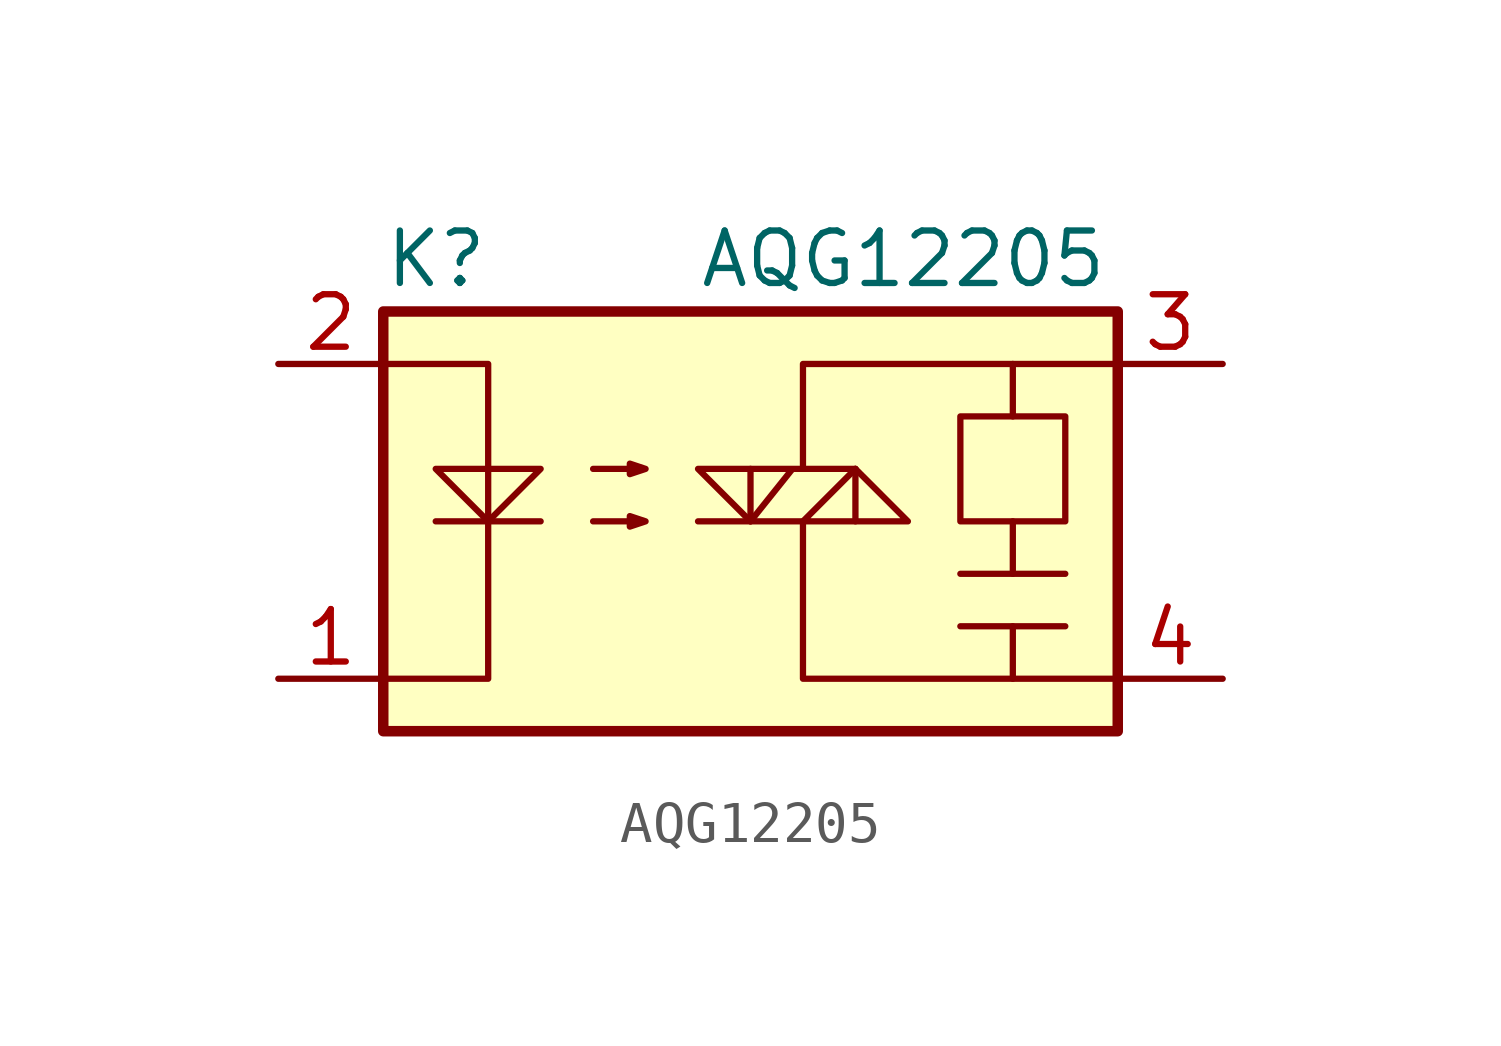
<source format=kicad_sym>
(kicad_symbol_lib
  (version 20211014)
  (generator kicad_symbol_editor)
  (symbol "AQG12205"
    (pin_names
      (offset 0.762))
    (property "Reference" "K"
      (at -8.89 6.35 0)
      (effects (font (size 1.27 1.27)) (justify left)))
    (property "Value" "AQG12205"
      (at -1.27 6.35 0)
      (effects (font (size 1.27 1.27)) (justify left)))
    (symbol "AQG12205_0_1"
      (rectangle (start -8.89 5.08) (end 8.89 -5.08) (stroke (width 0.254) (type default) (color 0 0 0 0)) (fill (type background)))
      (polyline (pts (xy -7.62 0) (xy -5.08 0)) (stroke (width 0) (type default) (color 0 0 0 0)) (fill (type none)))
      (polyline (pts (xy 0 0) (xy 0 1.27)) (stroke (width 0) (type default) (color 0 0 0 0)) (fill (type none)))
      (polyline (pts (xy 2.54 1.27) (xy 2.54 0)) (stroke (width 0) (type default) (color 0 0 0 0)) (fill (type none)))
      (polyline (pts (xy 5.08 -2.54) (xy 7.62 -2.54)) (stroke (width 0) (type default) (color 0 0 0 0)) (fill (type none)))
      (polyline (pts (xy 5.08 -1.27) (xy 7.62 -1.27)) (stroke (width 0) (type default) (color 0 0 0 0)) (fill (type none)))
      (polyline (pts (xy 6.35 -2.54) (xy 6.35 -3.81)) (stroke (width 0) (type default) (color 0 0 0 0)) (fill (type none)))
      (polyline (pts (xy 6.35 0) (xy 6.35 -1.27)) (stroke (width 0) (type default) (color 0 0 0 0)) (fill (type none)))
      (polyline (pts (xy 6.35 3.81) (xy 6.35 2.54)) (stroke (width 0) (type default) (color 0 0 0 0)) (fill (type none)))
      (polyline (pts (xy 1.27 0) (xy 1.27 -3.81) (xy 8.89 -3.81)) (stroke (width 0) (type default) (color 0 0 0 0)) (fill (type none)))
      (polyline (pts (xy 1.27 1.27) (xy 1.27 3.81) (xy 8.89 3.81)) (stroke (width 0) (type default) (color 0 0 0 0)) (fill (type none)))
      (polyline (pts (xy -8.89 3.81) (xy -6.35 3.81) (xy -6.35 -3.81) (xy -8.89 -3.81)) (stroke (width 0) (type default) (color 0 0 0 0)) (fill (type none)))
      (polyline (pts (xy -6.35 0) (xy -7.62 1.27) (xy -5.08 1.27) (xy -6.35 0)) (stroke (width 0) (type default) (color 0 0 0 0)) (fill (type none)))
      (polyline (pts (xy -1.27 0) (xy 3.81 0) (xy 2.54 1.27) (xy 1.27 0)) (stroke (width 0) (type default) (color 0 0 0 0)) (fill (type none)))
      (polyline (pts (xy 2.54 1.27) (xy -1.27 1.27) (xy 0 0) (xy 1.016 1.27)) (stroke (width 0) (type default) (color 0 0 0 0)) (fill (type none)))
      (polyline (pts (xy -3.81 0) (xy -2.54 0) (xy -2.921 -0.127) (xy -2.921 0.127) (xy -2.54 0)) (stroke (width 0) (type default) (color 0 0 0 0)) (fill (type none)))
      (polyline (pts (xy -3.81 1.27) (xy -2.54 1.27) (xy -2.921 1.143) (xy -2.921 1.397) (xy -2.54 1.27)) (stroke (width 0) (type default) (color 0 0 0 0)) (fill (type none)))
      (rectangle (start 5.08 2.54) (end 7.62 0) (stroke (width 0) (type default) (color 0 0 0 0)) (fill (type none))))
    (symbol "AQG12205_1_1"
      (pin passive line (at -11.43 -3.81 0) (length 2.54) (name "~" (effects (font (size 1.27 1.27)))) (number "1" (effects (font (size 1.27 1.27)))))
      (pin passive line (at -11.43 3.81 0) (length 2.54) (name "~" (effects (font (size 1.27 1.27)))) (number "2" (effects (font (size 1.27 1.27)))))
      (pin passive line (at 11.43 3.81 180) (length 2.54) (name "~" (effects (font (size 1.27 1.27)))) (number "3" (effects (font (size 1.27 1.27)))))
      (pin passive line (at 11.43 -3.81 180) (length 2.54) (name "~" (effects (font (size 1.27 1.27)))) (number "4" (effects (font (size 1.27 1.27))))))))
</source>
